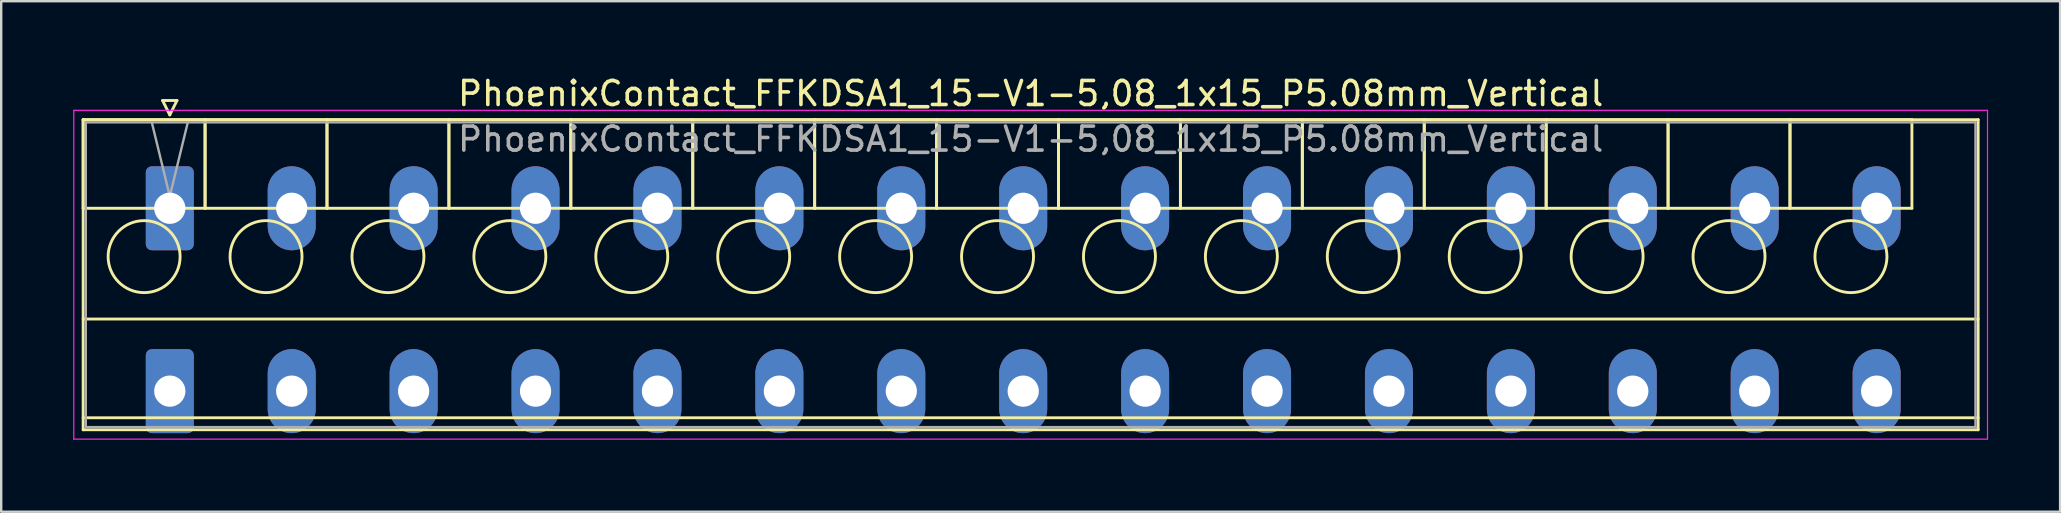
<source format=kicad_pcb>
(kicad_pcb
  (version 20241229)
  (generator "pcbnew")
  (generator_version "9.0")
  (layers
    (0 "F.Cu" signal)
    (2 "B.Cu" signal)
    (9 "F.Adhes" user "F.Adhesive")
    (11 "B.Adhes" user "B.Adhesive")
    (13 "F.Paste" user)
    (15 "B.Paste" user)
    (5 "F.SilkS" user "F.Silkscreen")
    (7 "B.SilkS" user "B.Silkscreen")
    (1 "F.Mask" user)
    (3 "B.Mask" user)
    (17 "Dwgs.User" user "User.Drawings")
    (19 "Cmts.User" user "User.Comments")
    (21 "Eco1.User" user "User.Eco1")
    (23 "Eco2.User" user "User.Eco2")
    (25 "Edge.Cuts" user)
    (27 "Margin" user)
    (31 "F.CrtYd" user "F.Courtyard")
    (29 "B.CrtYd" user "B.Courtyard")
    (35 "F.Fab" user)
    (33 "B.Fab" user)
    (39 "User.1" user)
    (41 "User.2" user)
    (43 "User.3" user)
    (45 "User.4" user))
  (footprint "PhoenixContact_FFKDSA1_15-V1-5,08_1x15_P5.08mm_Vertical"
    (layer "F.Cu")
    (at 4.025 5.628)
    (property "Reference" "PhoenixContact_FFKDSA1_15-V1-5,08_1x15_P5.08mm_Vertical" (at 35.87 -4.78 0) (layer "F.SilkS") (effects (font (size 1 1) (thickness 0.15))))
    (attr through_hole)
    (fp_line (start -3.61 -3.69) (end -3.61 0) (stroke (width 0.12) (type solid)) (layer "F.SilkS"))
    (fp_line (start -3.61 -3.69) (end -3.61 9.23) (stroke (width 0.12) (type solid)) (layer "F.SilkS"))
    (fp_line (start -3.61 0) (end 1.47 0) (stroke (width 0.12) (type solid)) (layer "F.SilkS"))
    (fp_line (start -3.61 4.615) (end 75.35 4.615) (stroke (width 0.12) (type solid)) (layer "F.SilkS"))
    (fp_line (start -3.61 8.73) (end 75.35 8.73) (stroke (width 0.12) (type solid)) (layer "F.SilkS"))
    (fp_line (start -3.61 9.23) (end 75.35 9.23) (stroke (width 0.12) (type solid)) (layer "F.SilkS"))
    (fp_line (start -0.3 -4.49) (end 0.3 -4.49) (stroke (width 0.12) (type solid)) (layer "F.SilkS"))
    (fp_line (start 0 -3.89) (end -0.3 -4.49) (stroke (width 0.12) (type solid)) (layer "F.SilkS"))
    (fp_line (start 0.3 -4.49) (end 0 -3.89) (stroke (width 0.12) (type solid)) (layer "F.SilkS"))
    (fp_line (start 1.47 -3.69) (end -3.61 -3.69) (stroke (width 0.12) (type solid)) (layer "F.SilkS"))
    (fp_line (start 1.47 -3.69) (end 1.47 0) (stroke (width 0.12) (type solid)) (layer "F.SilkS"))
    (fp_line (start 1.47 0) (end 1.47 -3.69) (stroke (width 0.12) (type solid)) (layer "F.SilkS"))
    (fp_line (start 1.47 0) (end 6.55 0) (stroke (width 0.12) (type solid)) (layer "F.SilkS"))
    (fp_line (start 6.55 -3.69) (end 1.47 -3.69) (stroke (width 0.12) (type solid)) (layer "F.SilkS"))
    (fp_line (start 6.55 -3.69) (end 6.55 0) (stroke (width 0.12) (type solid)) (layer "F.SilkS"))
    (fp_line (start 6.55 0) (end 6.55 -3.69) (stroke (width 0.12) (type solid)) (layer "F.SilkS"))
    (fp_line (start 6.55 0) (end 11.63 0) (stroke (width 0.12) (type solid)) (layer "F.SilkS"))
    (fp_line (start 11.63 -3.69) (end 6.55 -3.69) (stroke (width 0.12) (type solid)) (layer "F.SilkS"))
    (fp_line (start 11.63 -3.69) (end 11.63 0) (stroke (width 0.12) (type solid)) (layer "F.SilkS"))
    (fp_line (start 11.63 0) (end 11.63 -3.69) (stroke (width 0.12) (type solid)) (layer "F.SilkS"))
    (fp_line (start 11.63 0) (end 16.71 0) (stroke (width 0.12) (type solid)) (layer "F.SilkS"))
    (fp_line (start 16.71 -3.69) (end 11.63 -3.69) (stroke (width 0.12) (type solid)) (layer "F.SilkS"))
    (fp_line (start 16.71 -3.69) (end 16.71 0) (stroke (width 0.12) (type solid)) (layer "F.SilkS"))
    (fp_line (start 16.71 0) (end 16.71 -3.69) (stroke (width 0.12) (type solid)) (layer "F.SilkS"))
    (fp_line (start 16.71 0) (end 21.79 0) (stroke (width 0.12) (type solid)) (layer "F.SilkS"))
    (fp_line (start 21.79 -3.69) (end 16.71 -3.69) (stroke (width 0.12) (type solid)) (layer "F.SilkS"))
    (fp_line (start 21.79 -3.69) (end 21.79 0) (stroke (width 0.12) (type solid)) (layer "F.SilkS"))
    (fp_line (start 21.79 0) (end 21.79 -3.69) (stroke (width 0.12) (type solid)) (layer "F.SilkS"))
    (fp_line (start 21.79 0) (end 26.87 0) (stroke (width 0.12) (type solid)) (layer "F.SilkS"))
    (fp_line (start 26.87 -3.69) (end 21.79 -3.69) (stroke (width 0.12) (type solid)) (layer "F.SilkS"))
    (fp_line (start 26.87 -3.69) (end 26.87 0) (stroke (width 0.12) (type solid)) (layer "F.SilkS"))
    (fp_line (start 26.87 0) (end 26.87 -3.69) (stroke (width 0.12) (type solid)) (layer "F.SilkS"))
    (fp_line (start 26.87 0) (end 31.95 0) (stroke (width 0.12) (type solid)) (layer "F.SilkS"))
    (fp_line (start 31.95 -3.69) (end 26.87 -3.69) (stroke (width 0.12) (type solid)) (layer "F.SilkS"))
    (fp_line (start 31.95 -3.69) (end 31.95 0) (stroke (width 0.12) (type solid)) (layer "F.SilkS"))
    (fp_line (start 31.95 0) (end 31.95 -3.69) (stroke (width 0.12) (type solid)) (layer "F.SilkS"))
    (fp_line (start 31.95 0) (end 37.03 0) (stroke (width 0.12) (type solid)) (layer "F.SilkS"))
    (fp_line (start 37.03 -3.69) (end 31.95 -3.69) (stroke (width 0.12) (type solid)) (layer "F.SilkS"))
    (fp_line (start 37.03 -3.69) (end 37.03 0) (stroke (width 0.12) (type solid)) (layer "F.SilkS"))
    (fp_line (start 37.03 0) (end 37.03 -3.69) (stroke (width 0.12) (type solid)) (layer "F.SilkS"))
    (fp_line (start 37.03 0) (end 42.11 0) (stroke (width 0.12) (type solid)) (layer "F.SilkS"))
    (fp_line (start 42.11 -3.69) (end 37.03 -3.69) (stroke (width 0.12) (type solid)) (layer "F.SilkS"))
    (fp_line (start 42.11 -3.69) (end 42.11 0) (stroke (width 0.12) (type solid)) (layer "F.SilkS"))
    (fp_line (start 42.11 0) (end 42.11 -3.69) (stroke (width 0.12) (type solid)) (layer "F.SilkS"))
    (fp_line (start 42.11 0) (end 47.19 0) (stroke (width 0.12) (type solid)) (layer "F.SilkS"))
    (fp_line (start 47.19 -3.69) (end 42.11 -3.69) (stroke (width 0.12) (type solid)) (layer "F.SilkS"))
    (fp_line (start 47.19 -3.69) (end 47.19 0) (stroke (width 0.12) (type solid)) (layer "F.SilkS"))
    (fp_line (start 47.19 0) (end 47.19 -3.69) (stroke (width 0.12) (type solid)) (layer "F.SilkS"))
    (fp_line (start 47.19 0) (end 52.27 0) (stroke (width 0.12) (type solid)) (layer "F.SilkS"))
    (fp_line (start 52.27 -3.69) (end 47.19 -3.69) (stroke (width 0.12) (type solid)) (layer "F.SilkS"))
    (fp_line (start 52.27 -3.69) (end 52.27 0) (stroke (width 0.12) (type solid)) (layer "F.SilkS"))
    (fp_line (start 52.27 0) (end 52.27 -3.69) (stroke (width 0.12) (type solid)) (layer "F.SilkS"))
    (fp_line (start 52.27 0) (end 57.35 0) (stroke (width 0.12) (type solid)) (layer "F.SilkS"))
    (fp_line (start 57.35 -3.69) (end 52.27 -3.69) (stroke (width 0.12) (type solid)) (layer "F.SilkS"))
    (fp_line (start 57.35 -3.69) (end 57.35 0) (stroke (width 0.12) (type solid)) (layer "F.SilkS"))
    (fp_line (start 57.35 0) (end 57.35 -3.69) (stroke (width 0.12) (type solid)) (layer "F.SilkS"))
    (fp_line (start 57.35 0) (end 62.43 0) (stroke (width 0.12) (type solid)) (layer "F.SilkS"))
    (fp_line (start 62.43 -3.69) (end 57.35 -3.69) (stroke (width 0.12) (type solid)) (layer "F.SilkS"))
    (fp_line (start 62.43 -3.69) (end 62.43 0) (stroke (width 0.12) (type solid)) (layer "F.SilkS"))
    (fp_line (start 62.43 0) (end 62.43 -3.69) (stroke (width 0.12) (type solid)) (layer "F.SilkS"))
    (fp_line (start 62.43 0) (end 67.51 0) (stroke (width 0.12) (type solid)) (layer "F.SilkS"))
    (fp_line (start 67.51 -3.69) (end 62.43 -3.69) (stroke (width 0.12) (type solid)) (layer "F.SilkS"))
    (fp_line (start 67.51 -3.69) (end 67.51 0) (stroke (width 0.12) (type solid)) (layer "F.SilkS"))
    (fp_line (start 67.51 0) (end 67.51 -3.69) (stroke (width 0.12) (type solid)) (layer "F.SilkS"))
    (fp_line (start 67.51 0) (end 72.59 0) (stroke (width 0.12) (type solid)) (layer "F.SilkS"))
    (fp_line (start 72.59 -3.69) (end 67.51 -3.69) (stroke (width 0.12) (type solid)) (layer "F.SilkS"))
    (fp_line (start 72.59 0) (end 72.59 -3.69) (stroke (width 0.12) (type solid)) (layer "F.SilkS"))
    (fp_line (start 75.35 -3.69) (end -3.61 -3.69) (stroke (width 0.12) (type solid)) (layer "F.SilkS"))
    (fp_line (start 75.35 9.23) (end 75.35 -3.69) (stroke (width 0.12) (type solid)) (layer "F.SilkS"))
    (fp_circle (center -1.07 2.015) (end 0.43 2.015) (stroke (width 0.12) (type solid)) (fill no) (layer "F.SilkS"))
    (fp_circle (center 4.01 2.015) (end 5.51 2.015) (stroke (width 0.12) (type solid)) (fill no) (layer "F.SilkS"))
    (fp_circle (center 9.09 2.015) (end 10.59 2.015) (stroke (width 0.12) (type solid)) (fill no) (layer "F.SilkS"))
    (fp_circle (center 14.17 2.015) (end 15.67 2.015) (stroke (width 0.12) (type solid)) (fill no) (layer "F.SilkS"))
    (fp_circle (center 19.25 2.015) (end 20.75 2.015) (stroke (width 0.12) (type solid)) (fill no) (layer "F.SilkS"))
    (fp_circle (center 24.33 2.015) (end 25.83 2.015) (stroke (width 0.12) (type solid)) (fill no) (layer "F.SilkS"))
    (fp_circle (center 29.41 2.015) (end 30.91 2.015) (stroke (width 0.12) (type solid)) (fill no) (layer "F.SilkS"))
    (fp_circle (center 34.49 2.015) (end 35.99 2.015) (stroke (width 0.12) (type solid)) (fill no) (layer "F.SilkS"))
    (fp_circle (center 39.57 2.015) (end 41.07 2.015) (stroke (width 0.12) (type solid)) (fill no) (layer "F.SilkS"))
    (fp_circle (center 44.65 2.015) (end 46.15 2.015) (stroke (width 0.12) (type solid)) (fill no) (layer "F.SilkS"))
    (fp_circle (center 49.73 2.015) (end 51.23 2.015) (stroke (width 0.12) (type solid)) (fill no) (layer "F.SilkS"))
    (fp_circle (center 54.81 2.015) (end 56.31 2.015) (stroke (width 0.12) (type solid)) (fill no) (layer "F.SilkS"))
    (fp_circle (center 59.89 2.015) (end 61.39 2.015) (stroke (width 0.12) (type solid)) (fill no) (layer "F.SilkS"))
    (fp_circle (center 64.97 2.015) (end 66.47 2.015) (stroke (width 0.12) (type solid)) (fill no) (layer "F.SilkS"))
    (fp_circle (center 70.05 2.015) (end 71.55 2.015) (stroke (width 0.12) (type solid)) (fill no) (layer "F.SilkS"))
    (fp_line (start -4 -4.08) (end -4 9.62) (stroke (width 0.05) (type solid)) (layer "F.CrtYd"))
    (fp_line (start -4 9.62) (end 75.74 9.62) (stroke (width 0.05) (type solid)) (layer "F.CrtYd"))
    (fp_line (start 75.74 -4.08) (end -4 -4.08) (stroke (width 0.05) (type solid)) (layer "F.CrtYd"))
    (fp_line (start 75.74 9.62) (end 75.74 -4.08) (stroke (width 0.05) (type solid)) (layer "F.CrtYd"))
    (fp_line (start -3.5 -3.58) (end -3.5 9.12) (stroke (width 0.1) (type solid)) (layer "F.Fab"))
    (fp_line (start -3.5 9.12) (end 75.24 9.12) (stroke (width 0.1) (type solid)) (layer "F.Fab"))
    (fp_line (start 0 -0.5) (end -0.75 -3.58) (stroke (width 0.1) (type solid)) (layer "F.Fab"))
    (fp_line (start 0.75 -3.58) (end 0 -0.5) (stroke (width 0.1) (type solid)) (layer "F.Fab"))
    (fp_line (start 75.24 -3.58) (end -3.5 -3.58) (stroke (width 0.1) (type solid)) (layer "F.Fab"))
    (fp_line (start 75.24 9.12) (end 75.24 -3.58) (stroke (width 0.1) (type solid)) (layer "F.Fab"))
    (fp_text user "${REFERENCE}" (at 35.87 -2.88 0) (layer "F.Fab") (effects (font (size 1 1) (thickness 0.15))))
    (pad "1" thru_hole roundrect (at 0 0) (size 2 3.5) (drill 1.3) (layers "*.Cu" "*.Mask") (roundrect_rratio 0.125))
    (pad "1" thru_hole roundrect (at 0 7.62) (size 2 3.5) (drill 1.3) (layers "*.Cu" "*.Mask") (roundrect_rratio 0.125))
    (pad "2" thru_hole oval (at 5.08 0) (size 2 3.5) (drill 1.3) (layers "*.Cu" "*.Mask"))
    (pad "2" thru_hole oval (at 5.08 7.62) (size 2 3.5) (drill 1.3) (layers "*.Cu" "*.Mask"))
    (pad "3" thru_hole oval (at 10.16 0) (size 2 3.5) (drill 1.3) (layers "*.Cu" "*.Mask"))
    (pad "3" thru_hole oval (at 10.16 7.62) (size 2 3.5) (drill 1.3) (layers "*.Cu" "*.Mask"))
    (pad "4" thru_hole oval (at 15.24 0) (size 2 3.5) (drill 1.3) (layers "*.Cu" "*.Mask"))
    (pad "4" thru_hole oval (at 15.24 7.62) (size 2 3.5) (drill 1.3) (layers "*.Cu" "*.Mask"))
    (pad "5" thru_hole oval (at 20.32 0) (size 2 3.5) (drill 1.3) (layers "*.Cu" "*.Mask"))
    (pad "5" thru_hole oval (at 20.32 7.62) (size 2 3.5) (drill 1.3) (layers "*.Cu" "*.Mask"))
    (pad "6" thru_hole oval (at 25.4 0) (size 2 3.5) (drill 1.3) (layers "*.Cu" "*.Mask"))
    (pad "6" thru_hole oval (at 25.4 7.62) (size 2 3.5) (drill 1.3) (layers "*.Cu" "*.Mask"))
    (pad "7" thru_hole oval (at 30.48 0) (size 2 3.5) (drill 1.3) (layers "*.Cu" "*.Mask"))
    (pad "7" thru_hole oval (at 30.48 7.62) (size 2 3.5) (drill 1.3) (layers "*.Cu" "*.Mask"))
    (pad "8" thru_hole oval (at 35.56 0) (size 2 3.5) (drill 1.3) (layers "*.Cu" "*.Mask"))
    (pad "8" thru_hole oval (at 35.56 7.62) (size 2 3.5) (drill 1.3) (layers "*.Cu" "*.Mask"))
    (pad "9" thru_hole oval (at 40.64 0) (size 2 3.5) (drill 1.3) (layers "*.Cu" "*.Mask"))
    (pad "9" thru_hole oval (at 40.64 7.62) (size 2 3.5) (drill 1.3) (layers "*.Cu" "*.Mask"))
    (pad "10" thru_hole oval (at 45.72 0) (size 2 3.5) (drill 1.3) (layers "*.Cu" "*.Mask"))
    (pad "10" thru_hole oval (at 45.72 7.62) (size 2 3.5) (drill 1.3) (layers "*.Cu" "*.Mask"))
    (pad "11" thru_hole oval (at 50.8 0) (size 2 3.5) (drill 1.3) (layers "*.Cu" "*.Mask"))
    (pad "11" thru_hole oval (at 50.8 7.62) (size 2 3.5) (drill 1.3) (layers "*.Cu" "*.Mask"))
    (pad "12" thru_hole oval (at 55.88 0) (size 2 3.5) (drill 1.3) (layers "*.Cu" "*.Mask"))
    (pad "12" thru_hole oval (at 55.88 7.62) (size 2 3.5) (drill 1.3) (layers "*.Cu" "*.Mask"))
    (pad "13" thru_hole oval (at 60.96 0) (size 2 3.5) (drill 1.3) (layers "*.Cu" "*.Mask"))
    (pad "13" thru_hole oval (at 60.96 7.62) (size 2 3.5) (drill 1.3) (layers "*.Cu" "*.Mask"))
    (pad "14" thru_hole oval (at 66.04 0) (size 2 3.5) (drill 1.3) (layers "*.Cu" "*.Mask"))
    (pad "14" thru_hole oval (at 66.04 7.62) (size 2 3.5) (drill 1.3) (layers "*.Cu" "*.Mask"))
    (pad "15" thru_hole oval (at 71.12 0) (size 2 3.5) (drill 1.3) (layers "*.Cu" "*.Mask"))
    (pad "15" thru_hole oval (at 71.12 7.62) (size 2 3.5) (drill 1.3) (layers "*.Cu" "*.Mask")))
  (gr_rect
    (start -3 -3)
    (end 82.79 18.273)
    (stroke (width 0.1) (type default))
    (fill no)
    (layer "Edge.Cuts")))
</source>
